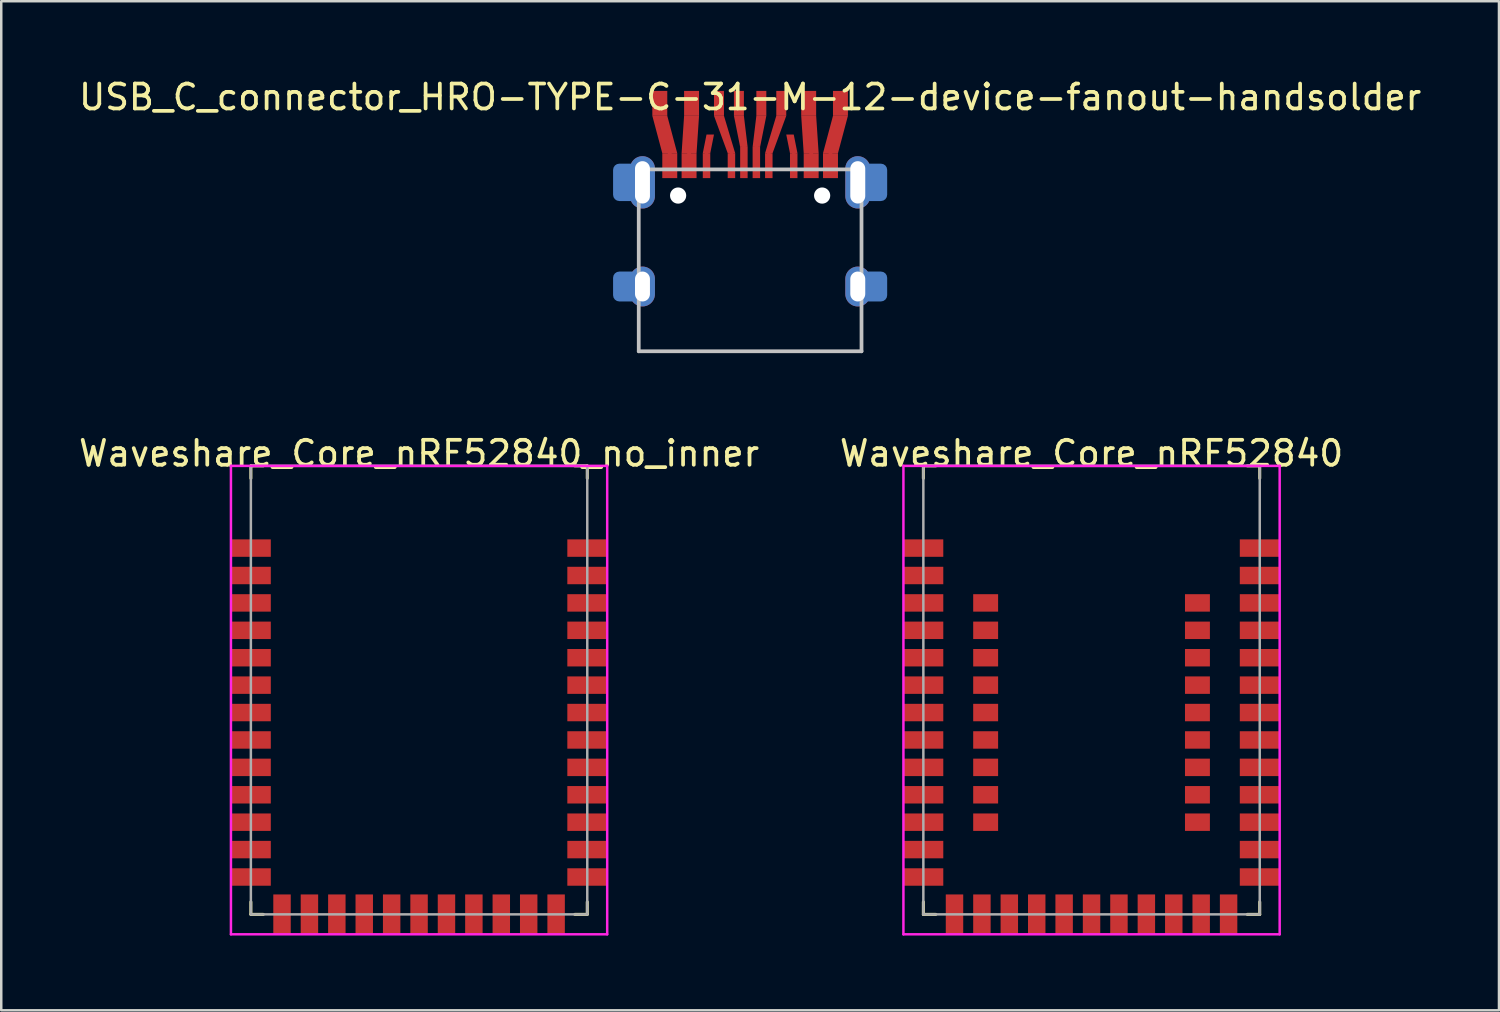
<source format=kicad_pcb>
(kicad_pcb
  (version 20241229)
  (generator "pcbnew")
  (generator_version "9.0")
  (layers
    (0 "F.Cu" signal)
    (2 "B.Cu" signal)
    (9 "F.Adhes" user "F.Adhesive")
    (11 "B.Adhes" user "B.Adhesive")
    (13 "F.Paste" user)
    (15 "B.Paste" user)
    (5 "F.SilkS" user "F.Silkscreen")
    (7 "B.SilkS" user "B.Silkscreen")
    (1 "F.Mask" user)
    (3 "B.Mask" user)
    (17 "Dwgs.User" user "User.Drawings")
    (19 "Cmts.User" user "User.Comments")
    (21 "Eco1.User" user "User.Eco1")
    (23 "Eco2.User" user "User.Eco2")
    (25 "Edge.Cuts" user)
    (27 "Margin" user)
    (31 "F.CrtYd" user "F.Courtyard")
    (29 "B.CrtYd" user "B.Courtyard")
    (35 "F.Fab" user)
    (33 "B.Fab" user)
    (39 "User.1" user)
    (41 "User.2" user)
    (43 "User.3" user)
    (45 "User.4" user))
  (footprint "Waveshare_Core_nRF52840"
    (layer "F.Cu")
    (at 40.756 15.646)
    (property "Reference" "Waveshare_Core_nRF52840" (at 0 -0.5 0) (unlocked yes) (layer "F.SilkS") (effects (font (size 1 1) (thickness 0.15))))
    (attr smd)
    (fp_line (start -6.75 0) (end -6.25 0) (stroke (width 0.12) (type solid)) (layer "F.SilkS"))
    (fp_line (start -6.75 0.5) (end -6.75 0) (stroke (width 0.12) (type solid)) (layer "F.SilkS"))
    (fp_line (start -6.75 18) (end -6.75 17.5) (stroke (width 0.12) (type solid)) (layer "F.SilkS"))
    (fp_line (start -6.75 18) (end -6.25 18) (stroke (width 0.12) (type solid)) (layer "F.SilkS"))
    (fp_line (start 6.25 0) (end 6.75 0) (stroke (width 0.12) (type solid)) (layer "F.SilkS"))
    (fp_line (start 6.25 18) (end 6.75 18) (stroke (width 0.12) (type solid)) (layer "F.SilkS"))
    (fp_line (start 6.75 0.5) (end 6.75 0) (stroke (width 0.12) (type solid)) (layer "F.SilkS"))
    (fp_line (start 6.75 18) (end 6.75 17.5) (stroke (width 0.12) (type solid)) (layer "F.SilkS"))
    (fp_line (start -7.55 0) (end -7.55 18.8) (stroke (width 0.1) (type solid)) (layer "F.CrtYd"))
    (fp_line (start 7.55 0) (end -7.55 0) (stroke (width 0.1) (type solid)) (layer "F.CrtYd"))
    (fp_line (start 7.55 0) (end 7.55 18.8) (stroke (width 0.1) (type solid)) (layer "F.CrtYd"))
    (fp_line (start 7.55 18.8) (end -7.55 18.8) (stroke (width 0.1) (type solid)) (layer "F.CrtYd"))
    (fp_line (start -6.75 0) (end -6.75 18) (stroke (width 0.1) (type solid)) (layer "F.Fab"))
    (fp_line (start -6.75 0) (end 6.75 0) (stroke (width 0.1) (type solid)) (layer "F.Fab"))
    (fp_line (start -6.75 18) (end 6.75 18) (stroke (width 0.1) (type solid)) (layer "F.Fab"))
    (fp_line (start 6.75 0) (end 6.75 18) (stroke (width 0.1) (type solid)) (layer "F.Fab"))
    (pad "D+" smd rect (at 5.5 18 90) (size 1.6 0.7) (layers "F.Cu" "F.Mask" "F.Paste"))
    (pad "D-" smd rect (at 4.4 18 90) (size 1.6 0.7) (layers "F.Cu" "F.Mask" "F.Paste"))
    (pad "Gnd" smd rect (at -6.75 3.3) (size 1.6 0.7) (layers "F.Cu" "F.Mask" "F.Paste"))
    (pad "Gnd" smd rect (at 6.75 3.3) (size 1.6 0.7) (layers "F.Cu" "F.Mask" "F.Paste"))
    (pad "Gnd" smd rect (at 6.75 16.5) (size 1.6 0.7) (layers "F.Cu" "F.Mask" "F.Paste"))
    (pad "P0.02" smd rect (at -6.75 9.9) (size 1.6 0.7) (layers "F.Cu" "F.Mask" "F.Paste"))
    (pad "P0.03" smd rect (at -6.75 8.8) (size 1.6 0.7) (layers "F.Cu" "F.Mask" "F.Paste"))
    (pad "P0.04" smd rect (at -6.75 15.4) (size 1.6 0.7) (layers "F.Cu" "F.Mask" "F.Paste"))
    (pad "P0.05" smd rect (at -6.75 16.5) (size 1.6 0.7) (layers "F.Cu" "F.Mask" "F.Paste"))
    (pad "P0.06" smd rect (at -4.25 13.2) (size 1 0.7) (layers "F.Cu" "F.Mask" "F.Paste"))
    (pad "P0.07" smd rect (at -4.4 18 90) (size 1.6 0.7) (layers "F.Cu" "F.Mask" "F.Paste"))
    (pad "P0.08" smd rect (at -4.25 12.1) (size 1 0.7) (layers "F.Cu" "F.Mask" "F.Paste"))
    (pad "P0.09" smd rect (at 6.75 5.5) (size 1.6 0.7) (layers "F.Cu" "F.Mask" "F.Paste"))
    (pad "P0.10" smd rect (at 6.75 4.4) (size 1.6 0.7) (layers "F.Cu" "F.Mask" "F.Paste"))
    (pad "P0.11" smd rect (at -4.25 8.8) (size 1 0.7) (layers "F.Cu" "F.Mask" "F.Paste"))
    (pad "P0.12" smd rect (at -2.2 18 90) (size 1.6 0.7) (layers "F.Cu" "F.Mask" "F.Paste"))
    (pad "P0.13" smd rect (at 4.25 13.2) (size 1 0.7) (layers "F.Cu" "F.Mask" "F.Paste"))
    (pad "P0.14" smd rect (at 4.25 12.1) (size 1 0.7) (layers "F.Cu" "F.Mask" "F.Paste"))
    (pad "P0.15" smd rect (at 4.25 11) (size 1 0.7) (layers "F.Cu" "F.Mask" "F.Paste"))
    (pad "P0.16" smd rect (at 4.25 14.3) (size 1 0.7) (layers "F.Cu" "F.Mask" "F.Paste"))
    (pad "P0.17" smd rect (at 4.25 9.9) (size 1 0.7) (layers "F.Cu" "F.Mask" "F.Paste"))
    (pad "P0.18" smd rect (at 2.2 18 90) (size 1.6 0.7) (layers "F.Cu" "F.Mask" "F.Paste"))
    (pad "P0.19" smd rect (at 1.1 18 90) (size 1.6 0.7) (layers "F.Cu" "F.Mask" "F.Paste"))
    (pad "P0.20" smd rect (at 4.25 8.8) (size 1 0.7) (layers "F.Cu" "F.Mask" "F.Paste"))
    (pad "P0.21" smd rect (at 0 18 90) (size 1.6 0.7) (layers "F.Cu" "F.Mask" "F.Paste"))
    (pad "P0.22" smd rect (at 6.75 15.4) (size 1.6 0.7) (layers "F.Cu" "F.Mask" "F.Paste"))
    (pad "P0.23" smd rect (at -1.1 18 90) (size 1.6 0.7) (layers "F.Cu" "F.Mask" "F.Paste"))
    (pad "P0.24" smd rect (at 4.25 7.7) (size 1 0.7) (layers "F.Cu" "F.Mask" "F.Paste"))
    (pad "P0.25" smd rect (at -4.25 7.7) (size 1 0.7) (layers "F.Cu" "F.Mask" "F.Paste"))
    (pad "P0.26" smd rect (at -4.25 14.3) (size 1 0.7) (layers "F.Cu" "F.Mask" "F.Paste"))
    (pad "P0.27" smd rect (at -4.25 11) (size 1 0.7) (layers "F.Cu" "F.Mask" "F.Paste"))
    (pad "P0.28" smd rect (at -6.75 11) (size 1.6 0.7) (layers "F.Cu" "F.Mask" "F.Paste"))
    (pad "P0.29" smd rect (at -6.75 12.1) (size 1.6 0.7) (layers "F.Cu" "F.Mask" "F.Paste"))
    (pad "P0.30" smd rect (at -6.75 13.2) (size 1.6 0.7) (layers "F.Cu" "F.Mask" "F.Paste"))
    (pad "P0.31" smd rect (at -6.75 14.3) (size 1.6 0.7) (layers "F.Cu" "F.Mask" "F.Paste"))
    (pad "P1.00" smd rect (at 6.75 14.3) (size 1.6 0.7) (layers "F.Cu" "F.Mask" "F.Paste"))
    (pad "P1.01" smd rect (at 6.75 12.1) (size 1.6 0.7) (layers "F.Cu" "F.Mask" "F.Paste"))
    (pad "P1.02" smd rect (at 6.75 11) (size 1.6 0.7) (layers "F.Cu" "F.Mask" "F.Paste"))
    (pad "P1.03" smd rect (at 6.75 13.2) (size 1.6 0.7) (layers "F.Cu" "F.Mask" "F.Paste"))
    (pad "P1.04" smd rect (at 6.75 7.7) (size 1.6 0.7) (layers "F.Cu" "F.Mask" "F.Paste"))
    (pad "P1.05" smd rect (at 4.25 6.6) (size 1 0.7) (layers "F.Cu" "F.Mask" "F.Paste"))
    (pad "P1.06" smd rect (at 6.75 6.6) (size 1.6 0.7) (layers "F.Cu" "F.Mask" "F.Paste"))
    (pad "P1.07" smd rect (at 4.25 5.5) (size 1 0.7) (layers "F.Cu" "F.Mask" "F.Paste"))
    (pad "P1.08" smd rect (at -4.25 9.9) (size 1 0.7) (layers "F.Cu" "F.Mask" "F.Paste"))
    (pad "P1.09" smd rect (at -3.3 18 90) (size 1.6 0.7) (layers "F.Cu" "F.Mask" "F.Paste"))
    (pad "P1.10" smd rect (at -6.75 5.5) (size 1.6 0.7) (layers "F.Cu" "F.Mask" "F.Paste"))
    (pad "P1.11" smd rect (at -6.75 4.4) (size 1.6 0.7) (layers "F.Cu" "F.Mask" "F.Paste"))
    (pad "P1.12" smd rect (at -4.25 6.6) (size 1 0.7) (layers "F.Cu" "F.Mask" "F.Paste"))
    (pad "P1.13" smd rect (at -6.75 6.6) (size 1.6 0.7) (layers "F.Cu" "F.Mask" "F.Paste"))
    (pad "P1.14" smd rect (at -4.25 5.5) (size 1 0.7) (layers "F.Cu" "F.Mask" "F.Paste"))
    (pad "P1.15" smd rect (at -6.75 7.7) (size 1.6 0.7) (layers "F.Cu" "F.Mask" "F.Paste"))
    (pad "SWDclk" smd rect (at 6.75 9.9) (size 1.6 0.7) (layers "F.Cu" "F.Mask" "F.Paste"))
    (pad "SWDio" smd rect (at 6.75 8.8) (size 1.6 0.7) (layers "F.Cu" "F.Mask" "F.Paste"))
    (pad "Vbus" smd rect (at 3.3 18 90) (size 1.6 0.7) (layers "F.Cu" "F.Mask" "F.Paste"))
    (pad "Vdd_nRF" smd rect (at -5.5 18 90) (size 1.6 0.7) (layers "F.Cu" "F.Mask" "F.Paste")))
  (footprint "Waveshare_Core_nRF52840_no_inner"
    (layer "F.Cu")
    (at 13.768 15.646)
    (property "Reference" "Waveshare_Core_nRF52840_no_inner" (at 0 -0.5 0) (unlocked yes) (layer "F.SilkS") (effects (font (size 1 1) (thickness 0.15))))
    (attr smd)
    (fp_line (start -6.75 0) (end -6.25 0) (stroke (width 0.12) (type solid)) (layer "F.SilkS"))
    (fp_line (start -6.75 0.5) (end -6.75 0) (stroke (width 0.12) (type solid)) (layer "F.SilkS"))
    (fp_line (start -6.75 18) (end -6.75 17.5) (stroke (width 0.12) (type solid)) (layer "F.SilkS"))
    (fp_line (start -6.75 18) (end -6.25 18) (stroke (width 0.12) (type solid)) (layer "F.SilkS"))
    (fp_line (start 6.25 0) (end 6.75 0) (stroke (width 0.12) (type solid)) (layer "F.SilkS"))
    (fp_line (start 6.25 18) (end 6.75 18) (stroke (width 0.12) (type solid)) (layer "F.SilkS"))
    (fp_line (start 6.75 0.5) (end 6.75 0) (stroke (width 0.12) (type solid)) (layer "F.SilkS"))
    (fp_line (start 6.75 18) (end 6.75 17.5) (stroke (width 0.12) (type solid)) (layer "F.SilkS"))
    (fp_line (start -7.55 0) (end -7.55 18.8) (stroke (width 0.1) (type solid)) (layer "F.CrtYd"))
    (fp_line (start 7.55 0) (end -7.55 0) (stroke (width 0.1) (type solid)) (layer "F.CrtYd"))
    (fp_line (start 7.55 0) (end 7.55 18.8) (stroke (width 0.1) (type solid)) (layer "F.CrtYd"))
    (fp_line (start 7.55 18.8) (end -7.55 18.8) (stroke (width 0.1) (type solid)) (layer "F.CrtYd"))
    (fp_line (start -6.75 0) (end -6.75 18) (stroke (width 0.1) (type solid)) (layer "F.Fab"))
    (fp_line (start -6.75 0) (end 6.75 0) (stroke (width 0.1) (type solid)) (layer "F.Fab"))
    (fp_line (start -6.75 18) (end 6.75 18) (stroke (width 0.1) (type solid)) (layer "F.Fab"))
    (fp_line (start 6.75 0) (end 6.75 18) (stroke (width 0.1) (type solid)) (layer "F.Fab"))
    (pad "D+" smd rect (at 5.5 18 90) (size 1.6 0.7) (layers "F.Cu" "F.Mask" "F.Paste"))
    (pad "D-" smd rect (at 4.4 18 90) (size 1.6 0.7) (layers "F.Cu" "F.Mask" "F.Paste"))
    (pad "Gnd" smd rect (at -6.75 3.3) (size 1.6 0.7) (layers "F.Cu" "F.Mask" "F.Paste"))
    (pad "Gnd" smd rect (at 6.75 3.3) (size 1.6 0.7) (layers "F.Cu" "F.Mask" "F.Paste"))
    (pad "Gnd" smd rect (at 6.75 16.5) (size 1.6 0.7) (layers "F.Cu" "F.Mask" "F.Paste"))
    (pad "P0.02" smd rect (at -6.75 9.9) (size 1.6 0.7) (layers "F.Cu" "F.Mask" "F.Paste"))
    (pad "P0.03" smd rect (at -6.75 8.8) (size 1.6 0.7) (layers "F.Cu" "F.Mask" "F.Paste"))
    (pad "P0.04" smd rect (at -6.75 15.4) (size 1.6 0.7) (layers "F.Cu" "F.Mask" "F.Paste"))
    (pad "P0.05" smd rect (at -6.75 16.5) (size 1.6 0.7) (layers "F.Cu" "F.Mask" "F.Paste"))
    (pad "P0.07" smd rect (at -4.4 18 90) (size 1.6 0.7) (layers "F.Cu" "F.Mask" "F.Paste"))
    (pad "P0.09" smd rect (at 6.75 5.5) (size 1.6 0.7) (layers "F.Cu" "F.Mask" "F.Paste"))
    (pad "P0.10" smd rect (at 6.75 4.4) (size 1.6 0.7) (layers "F.Cu" "F.Mask" "F.Paste"))
    (pad "P0.12" smd rect (at -2.2 18 90) (size 1.6 0.7) (layers "F.Cu" "F.Mask" "F.Paste"))
    (pad "P0.18" smd rect (at 2.2 18 90) (size 1.6 0.7) (layers "F.Cu" "F.Mask" "F.Paste"))
    (pad "P0.19" smd rect (at 1.1 18 90) (size 1.6 0.7) (layers "F.Cu" "F.Mask" "F.Paste"))
    (pad "P0.21" smd rect (at 0 18 90) (size 1.6 0.7) (layers "F.Cu" "F.Mask" "F.Paste"))
    (pad "P0.22" smd rect (at 6.75 15.4) (size 1.6 0.7) (layers "F.Cu" "F.Mask" "F.Paste"))
    (pad "P0.23" smd rect (at -1.1 18 90) (size 1.6 0.7) (layers "F.Cu" "F.Mask" "F.Paste"))
    (pad "P0.28" smd rect (at -6.75 11) (size 1.6 0.7) (layers "F.Cu" "F.Mask" "F.Paste"))
    (pad "P0.29" smd rect (at -6.75 12.1) (size 1.6 0.7) (layers "F.Cu" "F.Mask" "F.Paste"))
    (pad "P0.30" smd rect (at -6.75 13.2) (size 1.6 0.7) (layers "F.Cu" "F.Mask" "F.Paste"))
    (pad "P0.31" smd rect (at -6.75 14.3) (size 1.6 0.7) (layers "F.Cu" "F.Mask" "F.Paste"))
    (pad "P1.00" smd rect (at 6.75 14.3) (size 1.6 0.7) (layers "F.Cu" "F.Mask" "F.Paste"))
    (pad "P1.01" smd rect (at 6.75 12.1) (size 1.6 0.7) (layers "F.Cu" "F.Mask" "F.Paste"))
    (pad "P1.02" smd rect (at 6.75 11) (size 1.6 0.7) (layers "F.Cu" "F.Mask" "F.Paste"))
    (pad "P1.03" smd rect (at 6.75 13.2) (size 1.6 0.7) (layers "F.Cu" "F.Mask" "F.Paste"))
    (pad "P1.04" smd rect (at 6.75 7.7) (size 1.6 0.7) (layers "F.Cu" "F.Mask" "F.Paste"))
    (pad "P1.06" smd rect (at 6.75 6.6) (size 1.6 0.7) (layers "F.Cu" "F.Mask" "F.Paste"))
    (pad "P1.09" smd rect (at -3.3 18 90) (size 1.6 0.7) (layers "F.Cu" "F.Mask" "F.Paste"))
    (pad "P1.10" smd rect (at -6.75 5.5) (size 1.6 0.7) (layers "F.Cu" "F.Mask" "F.Paste"))
    (pad "P1.11" smd rect (at -6.75 4.4) (size 1.6 0.7) (layers "F.Cu" "F.Mask" "F.Paste"))
    (pad "P1.13" smd rect (at -6.75 6.6) (size 1.6 0.7) (layers "F.Cu" "F.Mask" "F.Paste"))
    (pad "P1.15" smd rect (at -6.75 7.7) (size 1.6 0.7) (layers "F.Cu" "F.Mask" "F.Paste"))
    (pad "SWDclk" smd rect (at 6.75 9.9) (size 1.6 0.7) (layers "F.Cu" "F.Mask" "F.Paste"))
    (pad "SWDio" smd rect (at 6.75 8.8) (size 1.6 0.7) (layers "F.Cu" "F.Mask" "F.Paste"))
    (pad "Vbus" smd rect (at 3.3 18 90) (size 1.6 0.7) (layers "F.Cu" "F.Mask" "F.Paste"))
    (pad "Vdd_nRF" smd rect (at -5.5 18 90) (size 1.6 0.7) (layers "F.Cu" "F.Mask" "F.Paste")))
  (footprint "USB_C_connector_HRO-TYPE-C-31-M-12-device-fanout-handsolder"
    (layer "F.Cu")
    (at 27.054 11.048)
    (property "Reference" "USB_C_connector_HRO-TYPE-C-31-M-12-device-fanout-handsolder" (at 0 -10.2 180) (layer "F.SilkS") (effects (font (size 1 1) (thickness 0.15))))
    (attr smd)
    (fp_line (start -4.47 -7.3) (end 4.47 -7.3) (stroke (width 0.15) (type solid)) (layer "Dwgs.User"))
    (fp_line (start -4.47 0) (end -4.47 -7.3) (stroke (width 0.15) (type solid)) (layer "Dwgs.User"))
    (fp_line (start -4.47 0) (end 4.47 0) (stroke (width 0.15) (type solid)) (layer "Dwgs.User"))
    (fp_line (start 4.47 0) (end 4.47 -7.3) (stroke (width 0.15) (type solid)) (layer "Dwgs.User"))
    (pad "" np_thru_hole circle (at -2.89 -6.25) (size 0.65 0.65) (drill 0.65) (layers "*.Cu" "*.Mask"))
    (pad "" np_thru_hole circle (at 2.89 -6.25) (size 0.65 0.65) (drill 0.65) (layers "*.Cu" "*.Mask"))
    (pad "1" smd rect (at -3.625 -9.95) (size 0.6 1) (layers "F.Cu" "F.Mask" "F.Paste"))
    (pad "1" smd custom (at -3.225 -7.95) (size 0.15 0.15) (layers "F.Cu" "F.Mask" "F.Paste") (options (anchor rect)) (primitives (gr_poly (pts (xy -0.3 0) (xy 0.3 0) (xy -0.1 -1.5) (xy -0.7 -1.5)) (width 0) (fill yes))))
    (pad "1" smd rect (at -3.225 -7.45) (size 0.6 1) (layers "F.Cu" "F.Mask" "F.Paste"))
    (pad "2" smd custom (at -2.45 -7.95) (size 0.15 0.15) (layers "F.Cu" "F.Mask" "F.Paste") (options (anchor rect)) (primitives (gr_poly (pts (xy -0.3 0) (xy 0.3 0) (xy 0.4 -1.5) (xy -0.2 -1.5)) (width 0) (fill yes))))
    (pad "2" smd rect (at -2.45 -7.45) (size 0.6 1) (layers "F.Cu" "F.Mask" "F.Paste"))
    (pad "2" smd rect (at -2.35 -9.95) (size 0.6 1) (layers "F.Cu" "F.Mask" "F.Paste"))
    (pad "3" smd custom (at -1.75 -7.95) (size 0.15 0.15) (layers "F.Cu" "F.Mask" "F.Paste") (options (anchor rect)) (primitives (gr_poly (pts (xy 0.15 0) (xy -0.15 0) (xy 0 -0.75) (xy 0.3 -0.75)) (width 0) (fill yes))))
    (pad "3" smd rect (at -1.75 -7.45) (size 0.3 1) (layers "F.Cu" "F.Mask" "F.Paste"))
    (pad "5" smd rect (at -1.25 -9.95) (size 0.4 1) (layers "F.Cu" "F.Mask" "F.Paste"))
    (pad "5" smd custom (at -0.75 -7.95) (size 0.15 0.15) (layers "F.Cu" "F.Mask" "F.Paste") (options (anchor rect)) (primitives (gr_poly (pts (xy -0.15 0) (xy 0.15 0) (xy -0.3 -1.5) (xy -0.7 -1.5)) (width 0) (fill yes))))
    (pad "5" smd rect (at -0.75 -7.45) (size 0.3 1) (layers "F.Cu" "F.Mask" "F.Paste"))
    (pad "6" smd rect (at -0.45 -9.95) (size 0.4 1) (layers "F.Cu" "F.Mask" "F.Paste"))
    (pad "6" smd custom (at -0.25 -8.2) (size 0.15 0.15) (layers "F.Cu" "F.Mask" "F.Paste") (options (anchor rect)) (primitives (gr_poly (pts (xy -0.15 0) (xy 0.15 0) (xy 0 -1.25) (xy -0.4 -1.25)) (width 0) (fill yes))))
    (pad "6" smd rect (at -0.25 -7.575) (size 0.3 1.25) (layers "F.Cu" "F.Mask" "F.Paste"))
    (pad "7" smd custom (at 0.25 -8.2) (size 0.15 0.15) (layers "F.Cu" "F.Mask" "F.Paste") (options (anchor rect)) (primitives (gr_poly (pts (xy -0.15 0) (xy 0.15 0) (xy 0.4 -1.25) (xy 0 -1.25)) (width 0) (fill yes))))
    (pad "7" smd rect (at 0.25 -7.575) (size 0.3 1.25) (layers "F.Cu" "F.Mask" "F.Paste"))
    (pad "7" smd rect (at 0.45 -9.95) (size 0.4 1) (layers "F.Cu" "F.Mask" "F.Paste"))
    (pad "8" smd custom (at 0.75 -7.95) (size 0.15 0.15) (layers "F.Cu" "F.Mask" "F.Paste") (options (anchor rect)) (primitives (gr_poly (pts (xy -0.15 0) (xy 0.15 0) (xy 0.7 -1.5) (xy 0.3 -1.5)) (width 0) (fill yes))))
    (pad "8" smd rect (at 0.75 -7.45) (size 0.3 1) (layers "F.Cu" "F.Mask" "F.Paste"))
    (pad "8" smd rect (at 1.25 -9.95) (size 0.4 1) (layers "F.Cu" "F.Mask" "F.Paste"))
    (pad "10" smd custom (at 1.75 -7.95) (size 0.15 0.15) (layers "F.Cu" "F.Mask" "F.Paste") (options (anchor rect)) (primitives (gr_poly (pts (xy -0.15 0) (xy 0.15 0) (xy 0 -0.75) (xy -0.3 -0.75)) (width 0) (fill yes))))
    (pad "10" smd rect (at 1.75 -7.45) (size 0.3 1) (layers "F.Cu" "F.Mask" "F.Paste"))
    (pad "11" smd rect (at 2.35 -9.95) (size 0.6 1) (layers "F.Cu" "F.Mask" "F.Paste"))
    (pad "11" smd custom (at 2.45 -7.95) (size 0.15 0.15) (layers "F.Cu" "F.Mask" "F.Paste") (options (anchor rect)) (primitives (gr_poly (pts (xy -0.3 0) (xy 0.3 0) (xy 0.2 -1.5) (xy -0.4 -1.5)) (width 0) (fill yes))))
    (pad "11" smd rect (at 2.45 -7.45) (size 0.6 1) (layers "F.Cu" "F.Mask" "F.Paste"))
    (pad "12" smd custom (at 3.225 -7.95) (size 0.15 0.15) (layers "F.Cu" "F.Mask" "F.Paste") (options (anchor rect)) (primitives (gr_poly (pts (xy -0.3 0) (xy 0.3 0) (xy 0.7 -1.5) (xy 0.1 -1.5)) (width 0) (fill yes))))
    (pad "12" smd rect (at 3.225 -7.45) (size 0.6 1) (layers "F.Cu" "F.Mask" "F.Paste"))
    (pad "12" smd rect (at 3.625 -9.95) (size 0.6 1) (layers "F.Cu" "F.Mask" "F.Paste"))
    (pad "13" smd roundrect (at -5 -6.78) (size 1 1.5) (layers "B.Cu" "B.Mask" "B.Paste") (roundrect_rratio 0.25))
    (pad "13" smd roundrect (at -5 -2.6) (size 1 1.2) (layers "B.Cu" "B.Mask" "B.Paste") (roundrect_rratio 0.25))
    (pad "13" thru_hole oval (at -4.32 -6.78) (size 1 2.1) (drill oval 0.6 1.7) (layers "*.Cu" "B.Mask"))
    (pad "13" thru_hole oval (at -4.32 -2.6) (size 1 1.6) (drill oval 0.6 1.2) (layers "*.Cu" "B.Mask"))
    (pad "13" thru_hole oval (at 4.32 -6.78) (size 1 2.1) (drill oval 0.6 1.7) (layers "*.Cu" "B.Mask"))
    (pad "13" thru_hole oval (at 4.32 -2.6) (size 1 1.6) (drill oval 0.6 1.2) (layers "*.Cu" "B.Mask"))
    (pad "13" smd roundrect (at 5 -6.78) (size 1 1.5) (layers "B.Cu" "B.Mask" "B.Paste") (roundrect_rratio 0.25))
    (pad "13" smd roundrect (at 5 -2.6) (size 1 1.2) (layers "B.Cu" "B.Mask" "B.Paste") (roundrect_rratio 0.25)))
  (gr_rect
    (start -3 -3)
    (end 57.107 37.496)
    (stroke (width 0.1) (type default))
    (fill no)
    (layer "Edge.Cuts")))
</source>
